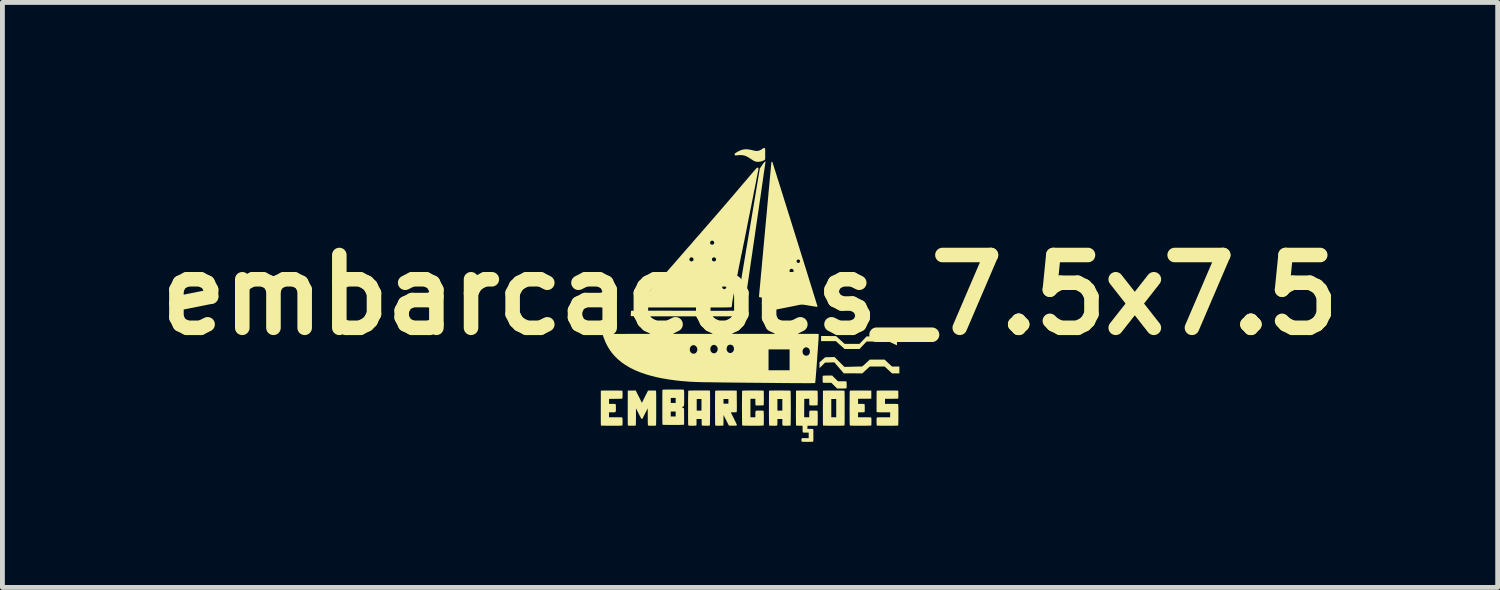
<source format=kicad_pcb>
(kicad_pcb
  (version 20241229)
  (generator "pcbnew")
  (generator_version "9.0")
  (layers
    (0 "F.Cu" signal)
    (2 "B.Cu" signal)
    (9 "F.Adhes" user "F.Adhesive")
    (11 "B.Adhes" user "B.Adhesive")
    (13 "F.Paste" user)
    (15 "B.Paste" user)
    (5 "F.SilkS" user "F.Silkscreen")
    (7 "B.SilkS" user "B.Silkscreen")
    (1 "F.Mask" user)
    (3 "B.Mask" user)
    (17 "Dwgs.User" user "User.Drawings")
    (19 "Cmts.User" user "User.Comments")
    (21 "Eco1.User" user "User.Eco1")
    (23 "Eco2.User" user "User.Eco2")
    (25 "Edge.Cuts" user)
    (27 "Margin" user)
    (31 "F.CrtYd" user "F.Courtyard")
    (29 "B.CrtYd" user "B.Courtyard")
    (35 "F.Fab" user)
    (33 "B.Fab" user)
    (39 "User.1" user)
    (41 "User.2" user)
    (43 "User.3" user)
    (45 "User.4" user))
  (footprint "embarcacoes_7.5x7.5"
    (layer "F.Cu")
    (at 12.407 3.027)
    (property "Reference" "embarcacoes_7.5x7.5" (at 0 0 0) (layer "F.SilkS") (effects (font (size 1.5 1.5) (thickness 0.3))))
    (attr board_only exclude_from_pos_files exclude_from_bom)
    (fp_poly (pts (xy 1.617 0.848) (xy 1.77 0.848) (xy 1.859 0.928) (xy 1.948 1.009) (xy 2.102 1.009) (xy 2.256 1.009) (xy 2.329 0.932) (xy 2.401 0.855) (xy 2.633 0.856) (xy 2.864 0.856) (xy 2.945 0.897) (xy 3.027 0.939) (xy 3.028 0.988) (xy 3.028 1.007) (xy 3.028 1.023) (xy 3.027 1.034) (xy 3.026 1.038) (xy 3.026 1.038) (xy 3.022 1.036) (xy 3.012 1.032) (xy 2.996 1.024) (xy 2.976 1.015) (xy 2.954 1.005) (xy 2.942 0.999) (xy 2.861 0.961) (xy 2.631 0.961) (xy 2.401 0.961) (xy 2.329 1.038) (xy 2.256 1.115) (xy 2.102 1.115) (xy 1.948 1.115) (xy 1.932 1.1) (xy 1.924 1.093) (xy 1.911 1.081) (xy 1.895 1.066) (xy 1.875 1.049) (xy 1.854 1.03) (xy 1.841 1.019) (xy 1.768 0.953) (xy 1.616 0.953) (xy 1.464 0.953) (xy 1.464 0.9) (xy 1.464 0.847)) (stroke (width 0) (type solid)) (fill yes) (layer "F.SilkS"))
    (fp_poly (pts (xy 1.842 1.382) (xy 1.944 1.484) (xy 2.11 1.48) (xy 2.147 1.479) (xy 2.182 1.478) (xy 2.214 1.477) (xy 2.242 1.477) (xy 2.265 1.476) (xy 2.282 1.476) (xy 2.293 1.476) (xy 2.295 1.476) (xy 2.301 1.476) (xy 2.306 1.475) (xy 2.312 1.473) (xy 2.318 1.469) (xy 2.327 1.462) (xy 2.338 1.452) (xy 2.354 1.439) (xy 2.373 1.421) (xy 2.39 1.405) (xy 2.467 1.334) (xy 2.62 1.334) (xy 2.773 1.334) (xy 2.849 1.405) (xy 2.925 1.476) (xy 3.001 1.476) (xy 3.077 1.476) (xy 3.077 1.547) (xy 3.077 1.618) (xy 3.002 1.618) (xy 2.926 1.618) (xy 2.85 1.547) (xy 2.774 1.476) (xy 2.62 1.476) (xy 2.467 1.476) (xy 2.39 1.547) (xy 2.313 1.618) (xy 2.122 1.617) (xy 1.932 1.617) (xy 1.835 1.504) (xy 1.737 1.39) (xy 1.641 1.393) (xy 1.545 1.396) (xy 1.488 1.453) (xy 1.431 1.51) (xy 1.431 1.449) (xy 1.432 1.389) (xy 1.49 1.337) (xy 1.548 1.286) (xy 1.644 1.283) (xy 1.74 1.28)) (stroke (width 0) (type solid)) (fill yes) (layer "F.SilkS"))
    (fp_poly (pts (xy 1.751 1.721) (xy 1.811 1.78) (xy 1.896 1.78) (xy 1.928 1.78) (xy 1.952 1.781) (xy 1.969 1.781) (xy 1.98 1.783) (xy 1.986 1.784) (xy 1.986 1.785) (xy 1.988 1.79) (xy 1.989 1.802) (xy 1.99 1.821) (xy 1.991 1.848) (xy 1.991 1.855) (xy 1.991 1.88) (xy 1.99 1.898) (xy 1.99 1.91) (xy 1.989 1.918) (xy 1.987 1.922) (xy 1.984 1.925) (xy 1.983 1.926) (xy 1.976 1.927) (xy 1.962 1.928) (xy 1.942 1.929) (xy 1.916 1.93) (xy 1.886 1.93) (xy 1.885 1.93) (xy 1.795 1.93) (xy 1.735 1.871) (xy 1.676 1.812) (xy 1.591 1.812) (xy 1.559 1.812) (xy 1.535 1.812) (xy 1.517 1.811) (xy 1.506 1.809) (xy 1.501 1.808) (xy 1.501 1.807) (xy 1.499 1.802) (xy 1.497 1.79) (xy 1.496 1.771) (xy 1.496 1.744) (xy 1.496 1.737) (xy 1.496 1.712) (xy 1.496 1.694) (xy 1.497 1.682) (xy 1.498 1.674) (xy 1.5 1.67) (xy 1.503 1.667) (xy 1.504 1.666) (xy 1.511 1.665) (xy 1.525 1.664) (xy 1.545 1.663) (xy 1.571 1.662) (xy 1.601 1.662) (xy 1.602 1.662) (xy 1.692 1.662)) (stroke (width 0) (type solid)) (fill yes) (layer "F.SilkS"))
    (fp_poly (pts (xy 0.302 -3.023) (xy 0.304 -3.02) (xy 0.306 -3.018) (xy 0.308 -3.014) (xy 0.31 -3.009) (xy 0.311 -3.001) (xy 0.311 -2.989) (xy 0.312 -2.972) (xy 0.312 -2.95) (xy 0.312 -2.922) (xy 0.312 -2.901) (xy 0.312 -2.868) (xy 0.312 -2.841) (xy 0.312 -2.82) (xy 0.311 -2.805) (xy 0.309 -2.794) (xy 0.305 -2.786) (xy 0.3 -2.78) (xy 0.294 -2.776) (xy 0.285 -2.772) (xy 0.274 -2.767) (xy 0.274 -2.767) (xy 0.233 -2.752) (xy 0.194 -2.744) (xy 0.156 -2.742) (xy 0.122 -2.746) (xy 0.119 -2.747) (xy 0.105 -2.751) (xy 0.092 -2.756) (xy 0.078 -2.763) (xy 0.062 -2.772) (xy 0.042 -2.785) (xy 0.017 -2.801) (xy 0.01 -2.806) (xy -0.03 -2.831) (xy -0.066 -2.851) (xy -0.1 -2.866) (xy -0.133 -2.875) (xy -0.168 -2.88) (xy -0.205 -2.881) (xy -0.246 -2.879) (xy -0.252 -2.878) (xy -0.305 -2.873) (xy -0.313 -2.882) (xy -0.318 -2.891) (xy -0.32 -2.898) (xy -0.317 -2.906) (xy -0.307 -2.916) (xy -0.292 -2.928) (xy -0.272 -2.941) (xy -0.25 -2.954) (xy -0.226 -2.966) (xy -0.204 -2.976) (xy -0.166 -2.989) (xy -0.129 -2.998) (xy -0.092 -3.001) (xy -0.053 -3) (xy -0.01 -2.994) (xy 0.034 -2.985) (xy 0.058 -2.979) (xy 0.081 -2.974) (xy 0.1 -2.97) (xy 0.115 -2.967) (xy 0.12 -2.966) (xy 0.152 -2.966) (xy 0.186 -2.973) (xy 0.22 -2.988) (xy 0.254 -3.01) (xy 0.271 -3.021) (xy 0.283 -3.027) (xy 0.293 -3.027)) (stroke (width 0) (type solid)) (fill yes) (layer "F.SilkS"))
    (fp_poly (pts (xy 1.87 1.971) (xy 1.892 1.971) (xy 1.909 1.972) (xy 1.922 1.972) (xy 1.931 1.973) (xy 1.938 1.974) (xy 1.942 1.975) (xy 1.944 1.976) (xy 1.945 1.977) (xy 1.946 1.98) (xy 1.947 1.986) (xy 1.947 1.997) (xy 1.948 2.011) (xy 1.949 2.03) (xy 1.949 2.055) (xy 1.949 2.084) (xy 1.95 2.12) (xy 1.95 2.163) (xy 1.95 2.212) (xy 1.95 2.268) (xy 1.95 2.332) (xy 1.95 2.334) (xy 1.95 2.396) (xy 1.95 2.45) (xy 1.95 2.497) (xy 1.95 2.537) (xy 1.95 2.572) (xy 1.949 2.6) (xy 1.949 2.624) (xy 1.949 2.643) (xy 1.948 2.658) (xy 1.948 2.67) (xy 1.947 2.678) (xy 1.946 2.684) (xy 1.945 2.687) (xy 1.944 2.689) (xy 1.944 2.69) (xy 1.942 2.691) (xy 1.938 2.692) (xy 1.932 2.693) (xy 1.923 2.694) (xy 1.91 2.695) (xy 1.893 2.695) (xy 1.872 2.696) (xy 1.845 2.696) (xy 1.811 2.696) (xy 1.771 2.696) (xy 1.723 2.696) (xy 1.723 2.696) (xy 1.675 2.696) (xy 1.634 2.696) (xy 1.6 2.696) (xy 1.572 2.695) (xy 1.55 2.695) (xy 1.533 2.694) (xy 1.521 2.694) (xy 1.512 2.693) (xy 1.507 2.692) (xy 1.505 2.691) (xy 1.505 2.691) (xy 1.504 2.687) (xy 1.503 2.679) (xy 1.502 2.665) (xy 1.502 2.645) (xy 1.501 2.62) (xy 1.501 2.588) (xy 1.501 2.55) (xy 1.501 2.505) (xy 1.501 2.452) (xy 1.501 2.393) (xy 1.501 2.329) (xy 1.502 2.145) (xy 1.674 2.145) (xy 1.674 2.333) (xy 1.674 2.522) (xy 1.725 2.522) (xy 1.776 2.522) (xy 1.776 2.333) (xy 1.776 2.145) (xy 1.725 2.145) (xy 1.674 2.145) (xy 1.502 2.145) (xy 1.502 1.972) (xy 1.721 1.971) (xy 1.769 1.971) (xy 1.809 1.971) (xy 1.843 1.971)) (stroke (width 0) (type solid)) (fill yes) (layer "F.SilkS"))
    (fp_poly (pts (xy -0.515 1.971) (xy -0.492 1.971) (xy -0.274 1.972) (xy -0.273 2.191) (xy -0.272 2.239) (xy -0.272 2.28) (xy -0.272 2.313) (xy -0.272 2.341) (xy -0.272 2.363) (xy -0.273 2.38) (xy -0.273 2.392) (xy -0.274 2.402) (xy -0.275 2.408) (xy -0.276 2.412) (xy -0.277 2.414) (xy -0.278 2.415) (xy -0.286 2.418) (xy -0.3 2.419) (xy -0.321 2.42) (xy -0.341 2.42) (xy -0.397 2.42) (xy -0.334 2.546) (xy -0.32 2.576) (xy -0.306 2.603) (xy -0.294 2.628) (xy -0.285 2.649) (xy -0.277 2.665) (xy -0.273 2.676) (xy -0.272 2.679) (xy -0.272 2.685) (xy -0.275 2.689) (xy -0.28 2.692) (xy -0.29 2.694) (xy -0.304 2.695) (xy -0.324 2.695) (xy -0.351 2.695) (xy -0.359 2.695) (xy -0.436 2.694) (xy -0.491 2.585) (xy -0.547 2.475) (xy -0.547 2.581) (xy -0.547 2.616) (xy -0.548 2.644) (xy -0.548 2.665) (xy -0.549 2.679) (xy -0.551 2.688) (xy -0.552 2.691) (xy -0.557 2.693) (xy -0.568 2.695) (xy -0.585 2.695) (xy -0.61 2.696) (xy -0.635 2.696) (xy -0.662 2.696) (xy -0.682 2.696) (xy -0.697 2.695) (xy -0.706 2.694) (xy -0.712 2.693) (xy -0.715 2.691) (xy -0.717 2.688) (xy -0.717 2.688) (xy -0.718 2.683) (xy -0.719 2.669) (xy -0.72 2.647) (xy -0.72 2.617) (xy -0.721 2.579) (xy -0.721 2.533) (xy -0.721 2.478) (xy -0.722 2.416) (xy -0.722 2.346) (xy -0.722 2.33) (xy -0.722 2.267) (xy -0.722 2.212) (xy -0.721 2.164) (xy -0.721 2.145) (xy -0.547 2.145) (xy -0.547 2.193) (xy -0.547 2.242) (xy -0.497 2.242) (xy -0.446 2.242) (xy -0.446 2.193) (xy -0.446 2.145) (xy -0.497 2.145) (xy -0.547 2.145) (xy -0.721 2.145) (xy -0.721 2.123) (xy -0.721 2.087) (xy -0.721 2.058) (xy -0.72 2.034) (xy -0.72 2.015) (xy -0.719 2) (xy -0.719 1.989) (xy -0.718 1.982) (xy -0.717 1.977) (xy -0.716 1.975) (xy -0.716 1.975) (xy -0.712 1.974) (xy -0.703 1.973) (xy -0.688 1.972) (xy -0.667 1.972) (xy -0.64 1.971) (xy -0.606 1.971) (xy -0.564 1.971)) (stroke (width 0) (type solid)) (fill yes) (layer "F.SilkS"))
    (fp_poly (pts (xy -2.292 2.097) (xy -2.229 2.224) (xy -2.166 2.098) (xy -2.102 1.972) (xy -2.024 1.971) (xy -1.992 1.971) (xy -1.968 1.971) (xy -1.952 1.972) (xy -1.942 1.974) (xy -1.939 1.975) (xy -1.938 1.977) (xy -1.938 1.981) (xy -1.937 1.988) (xy -1.936 1.998) (xy -1.936 2.013) (xy -1.935 2.031) (xy -1.935 2.054) (xy -1.934 2.082) (xy -1.934 2.116) (xy -1.934 2.157) (xy -1.934 2.203) (xy -1.934 2.257) (xy -1.934 2.318) (xy -1.934 2.33) (xy -1.934 2.402) (xy -1.934 2.466) (xy -1.934 2.522) (xy -1.935 2.57) (xy -1.935 2.61) (xy -1.936 2.641) (xy -1.936 2.665) (xy -1.937 2.68) (xy -1.938 2.688) (xy -1.938 2.688) (xy -1.94 2.691) (xy -1.943 2.693) (xy -1.949 2.694) (xy -1.958 2.695) (xy -1.972 2.696) (xy -1.991 2.696) (xy -2.018 2.696) (xy -2.021 2.696) (xy -2.048 2.696) (xy -2.068 2.696) (xy -2.083 2.695) (xy -2.092 2.694) (xy -2.098 2.693) (xy -2.102 2.691) (xy -2.104 2.689) (xy -2.104 2.688) (xy -2.105 2.682) (xy -2.106 2.668) (xy -2.107 2.646) (xy -2.108 2.617) (xy -2.108 2.581) (xy -2.108 2.539) (xy -2.108 2.509) (xy -2.109 2.337) (xy -2.163 2.445) (xy -2.177 2.473) (xy -2.19 2.498) (xy -2.201 2.519) (xy -2.21 2.537) (xy -2.217 2.549) (xy -2.221 2.556) (xy -2.222 2.556) (xy -2.226 2.558) (xy -2.23 2.558) (xy -2.235 2.554) (xy -2.241 2.547) (xy -2.249 2.536) (xy -2.258 2.52) (xy -2.27 2.498) (xy -2.284 2.471) (xy -2.297 2.445) (xy -2.351 2.337) (xy -2.351 2.512) (xy -2.351 2.557) (xy -2.352 2.595) (xy -2.352 2.626) (xy -2.353 2.65) (xy -2.353 2.668) (xy -2.354 2.681) (xy -2.355 2.688) (xy -2.356 2.691) (xy -2.362 2.693) (xy -2.375 2.695) (xy -2.392 2.696) (xy -2.412 2.696) (xy -2.435 2.696) (xy -2.457 2.696) (xy -2.478 2.696) (xy -2.496 2.694) (xy -2.509 2.693) (xy -2.517 2.691) (xy -2.517 2.691) (xy -2.518 2.687) (xy -2.519 2.679) (xy -2.519 2.665) (xy -2.52 2.645) (xy -2.52 2.62) (xy -2.521 2.588) (xy -2.521 2.55) (xy -2.521 2.505) (xy -2.521 2.452) (xy -2.521 2.393) (xy -2.521 2.329) (xy -2.52 1.972) (xy -2.438 1.971) (xy -2.356 1.97)) (stroke (width 0) (type solid)) (fill yes) (layer "F.SilkS"))
    (fp_poly (pts (xy -0.827 1.981) (xy -0.826 1.987) (xy -0.825 2.001) (xy -0.825 2.023) (xy -0.824 2.052) (xy -0.824 2.089) (xy -0.824 2.133) (xy -0.824 2.183) (xy -0.824 2.241) (xy -0.824 2.305) (xy -0.824 2.34) (xy -0.824 2.402) (xy -0.824 2.456) (xy -0.825 2.503) (xy -0.825 2.544) (xy -0.825 2.578) (xy -0.826 2.607) (xy -0.826 2.63) (xy -0.826 2.649) (xy -0.827 2.664) (xy -0.828 2.675) (xy -0.828 2.683) (xy -0.829 2.688) (xy -0.83 2.691) (xy -0.831 2.692) (xy -0.838 2.694) (xy -0.85 2.695) (xy -0.868 2.696) (xy -0.889 2.696) (xy -0.911 2.696) (xy -0.933 2.696) (xy -0.954 2.695) (xy -0.972 2.694) (xy -0.985 2.693) (xy -0.992 2.692) (xy -0.992 2.691) (xy -0.995 2.686) (xy -0.996 2.673) (xy -0.997 2.654) (xy -0.997 2.627) (xy -0.997 2.622) (xy -0.997 2.558) (xy -1.05 2.558) (xy -1.103 2.558) (xy -1.103 2.622) (xy -1.103 2.65) (xy -1.104 2.671) (xy -1.105 2.684) (xy -1.107 2.691) (xy -1.108 2.691) (xy -1.113 2.693) (xy -1.124 2.695) (xy -1.141 2.695) (xy -1.166 2.696) (xy -1.188 2.696) (xy -1.216 2.696) (xy -1.236 2.696) (xy -1.251 2.695) (xy -1.261 2.694) (xy -1.267 2.692) (xy -1.27 2.69) (xy -1.271 2.69) (xy -1.272 2.688) (xy -1.273 2.685) (xy -1.274 2.68) (xy -1.274 2.672) (xy -1.275 2.661) (xy -1.276 2.647) (xy -1.276 2.629) (xy -1.276 2.607) (xy -1.277 2.579) (xy -1.277 2.546) (xy -1.277 2.507) (xy -1.277 2.462) (xy -1.277 2.41) (xy -1.277 2.35) (xy -1.277 2.335) (xy -1.277 2.263) (xy -1.277 2.199) (xy -1.277 2.145) (xy -1.099 2.145) (xy -1.099 2.264) (xy -1.099 2.384) (xy -1.05 2.384) (xy -1.001 2.384) (xy -1.001 2.264) (xy -1.001 2.145) (xy -1.05 2.145) (xy -1.099 2.145) (xy -1.277 2.145) (xy -1.277 2.143) (xy -1.276 2.096) (xy -1.276 2.056) (xy -1.275 2.025) (xy -1.275 2.001) (xy -1.274 1.986) (xy -1.273 1.979) (xy -1.273 1.978) (xy -1.272 1.977) (xy -1.27 1.975) (xy -1.267 1.974) (xy -1.261 1.973) (xy -1.253 1.972) (xy -1.242 1.972) (xy -1.226 1.971) (xy -1.206 1.971) (xy -1.181 1.971) (xy -1.15 1.97) (xy -1.112 1.97) (xy -1.066 1.97) (xy -1.05 1.97) (xy -0.831 1.97)) (stroke (width 0) (type solid)) (fill yes) (layer "F.SilkS"))
    (fp_poly (pts (xy -2.723 1.971) (xy -2.693 1.972) (xy -2.669 1.972) (xy -2.651 1.973) (xy -2.64 1.973) (xy -2.634 1.974) (xy -2.633 1.975) (xy -2.631 1.981) (xy -2.629 1.993) (xy -2.628 2.01) (xy -2.627 2.031) (xy -2.627 2.053) (xy -2.627 2.075) (xy -2.627 2.096) (xy -2.629 2.114) (xy -2.63 2.128) (xy -2.632 2.135) (xy -2.633 2.136) (xy -2.638 2.138) (xy -2.651 2.139) (xy -2.672 2.14) (xy -2.701 2.141) (xy -2.737 2.141) (xy -2.771 2.142) (xy -2.905 2.143) (xy -2.906 2.194) (xy -2.907 2.246) (xy -2.842 2.246) (xy -2.817 2.246) (xy -2.799 2.247) (xy -2.786 2.248) (xy -2.778 2.249) (xy -2.773 2.251) (xy -2.771 2.252) (xy -2.769 2.256) (xy -2.767 2.262) (xy -2.766 2.272) (xy -2.765 2.286) (xy -2.765 2.306) (xy -2.765 2.331) (xy -2.765 2.361) (xy -2.765 2.382) (xy -2.767 2.398) (xy -2.771 2.409) (xy -2.778 2.416) (xy -2.789 2.419) (xy -2.805 2.42) (xy -2.827 2.42) (xy -2.844 2.42) (xy -2.907 2.42) (xy -2.907 2.471) (xy -2.907 2.522) (xy -2.774 2.522) (xy -2.737 2.522) (xy -2.708 2.522) (xy -2.685 2.522) (xy -2.668 2.523) (xy -2.655 2.523) (xy -2.646 2.524) (xy -2.64 2.525) (xy -2.637 2.527) (xy -2.634 2.529) (xy -2.634 2.529) (xy -2.631 2.533) (xy -2.63 2.539) (xy -2.628 2.548) (xy -2.628 2.562) (xy -2.627 2.581) (xy -2.627 2.607) (xy -2.627 2.608) (xy -2.627 2.634) (xy -2.628 2.656) (xy -2.629 2.674) (xy -2.63 2.685) (xy -2.631 2.688) (xy -2.633 2.69) (xy -2.634 2.691) (xy -2.638 2.693) (xy -2.643 2.694) (xy -2.651 2.694) (xy -2.663 2.695) (xy -2.678 2.695) (xy -2.698 2.696) (xy -2.724 2.696) (xy -2.755 2.696) (xy -2.794 2.696) (xy -2.839 2.696) (xy -2.852 2.696) (xy -2.901 2.696) (xy -2.942 2.696) (xy -2.976 2.696) (xy -3.004 2.695) (xy -3.026 2.695) (xy -3.044 2.695) (xy -3.056 2.694) (xy -3.065 2.693) (xy -3.07 2.692) (xy -3.073 2.691) (xy -3.073 2.691) (xy -3.074 2.687) (xy -3.074 2.679) (xy -3.075 2.665) (xy -3.075 2.645) (xy -3.076 2.62) (xy -3.076 2.588) (xy -3.076 2.55) (xy -3.076 2.505) (xy -3.076 2.452) (xy -3.076 2.393) (xy -3.076 2.329) (xy -3.075 1.972) (xy -2.857 1.971) (xy -2.804 1.971) (xy -2.76 1.971)) (stroke (width 0) (type solid)) (fill yes) (layer "F.SilkS"))
    (fp_poly (pts (xy 2.203 1.971) (xy 2.246 1.971) (xy 2.281 1.971) (xy 2.499 1.972) (xy 2.499 2.056) (xy 2.499 2.139) (xy 2.363 2.14) (xy 2.226 2.141) (xy 2.226 2.193) (xy 2.226 2.246) (xy 2.29 2.246) (xy 2.318 2.246) (xy 2.338 2.247) (xy 2.352 2.249) (xy 2.358 2.251) (xy 2.359 2.251) (xy 2.361 2.256) (xy 2.362 2.267) (xy 2.363 2.284) (xy 2.364 2.309) (xy 2.364 2.334) (xy 2.364 2.361) (xy 2.363 2.381) (xy 2.363 2.395) (xy 2.362 2.405) (xy 2.361 2.411) (xy 2.359 2.414) (xy 2.356 2.416) (xy 2.356 2.416) (xy 2.349 2.418) (xy 2.336 2.419) (xy 2.317 2.42) (xy 2.295 2.42) (xy 2.287 2.42) (xy 2.226 2.42) (xy 2.226 2.471) (xy 2.226 2.522) (xy 2.356 2.522) (xy 2.395 2.522) (xy 2.428 2.522) (xy 2.455 2.523) (xy 2.476 2.524) (xy 2.489 2.525) (xy 2.494 2.526) (xy 2.496 2.528) (xy 2.498 2.531) (xy 2.5 2.537) (xy 2.501 2.546) (xy 2.501 2.56) (xy 2.501 2.579) (xy 2.501 2.606) (xy 2.501 2.608) (xy 2.501 2.639) (xy 2.501 2.662) (xy 2.5 2.678) (xy 2.498 2.688) (xy 2.497 2.691) (xy 2.493 2.692) (xy 2.486 2.693) (xy 2.474 2.694) (xy 2.456 2.695) (xy 2.433 2.695) (xy 2.403 2.696) (xy 2.367 2.696) (xy 2.323 2.696) (xy 2.278 2.696) (xy 2.23 2.696) (xy 2.19 2.696) (xy 2.157 2.696) (xy 2.13 2.696) (xy 2.108 2.695) (xy 2.091 2.695) (xy 2.079 2.694) (xy 2.07 2.693) (xy 2.064 2.692) (xy 2.06 2.691) (xy 2.058 2.69) (xy 2.057 2.688) (xy 2.056 2.685) (xy 2.055 2.68) (xy 2.054 2.672) (xy 2.054 2.661) (xy 2.053 2.647) (xy 2.053 2.629) (xy 2.052 2.607) (xy 2.052 2.579) (xy 2.052 2.547) (xy 2.052 2.508) (xy 2.052 2.462) (xy 2.051 2.41) (xy 2.051 2.35) (xy 2.051 2.334) (xy 2.051 2.27) (xy 2.052 2.213) (xy 2.052 2.164) (xy 2.052 2.121) (xy 2.052 2.085) (xy 2.053 2.055) (xy 2.053 2.031) (xy 2.053 2.012) (xy 2.054 1.997) (xy 2.055 1.987) (xy 2.056 1.98) (xy 2.057 1.977) (xy 2.057 1.977) (xy 2.058 1.976) (xy 2.061 1.974) (xy 2.065 1.973) (xy 2.073 1.973) (xy 2.083 1.972) (xy 2.097 1.971) (xy 2.115 1.971) (xy 2.139 1.971) (xy 2.168 1.971)) (stroke (width 0) (type solid)) (fill yes) (layer "F.SilkS"))
    (fp_poly (pts (xy 0.663 1.97) (xy 0.706 1.971) (xy 0.742 1.971) (xy 0.771 1.971) (xy 0.794 1.972) (xy 0.812 1.972) (xy 0.824 1.973) (xy 0.831 1.974) (xy 0.834 1.975) (xy 0.835 1.98) (xy 0.836 1.992) (xy 0.837 2.011) (xy 0.837 2.036) (xy 0.838 2.066) (xy 0.838 2.101) (xy 0.839 2.14) (xy 0.839 2.181) (xy 0.839 2.225) (xy 0.84 2.271) (xy 0.84 2.317) (xy 0.84 2.364) (xy 0.84 2.411) (xy 0.839 2.456) (xy 0.839 2.499) (xy 0.839 2.54) (xy 0.838 2.577) (xy 0.838 2.61) (xy 0.837 2.639) (xy 0.837 2.662) (xy 0.836 2.679) (xy 0.835 2.689) (xy 0.834 2.691) (xy 0.829 2.693) (xy 0.818 2.695) (xy 0.801 2.695) (xy 0.776 2.696) (xy 0.754 2.696) (xy 0.726 2.696) (xy 0.706 2.696) (xy 0.691 2.695) (xy 0.681 2.694) (xy 0.675 2.692) (xy 0.672 2.69) (xy 0.671 2.69) (xy 0.669 2.686) (xy 0.667 2.679) (xy 0.666 2.669) (xy 0.665 2.653) (xy 0.665 2.631) (xy 0.665 2.621) (xy 0.665 2.558) (xy 0.614 2.558) (xy 0.564 2.558) (xy 0.564 2.621) (xy 0.563 2.646) (xy 0.563 2.664) (xy 0.562 2.676) (xy 0.56 2.684) (xy 0.558 2.688) (xy 0.557 2.69) (xy 0.554 2.692) (xy 0.548 2.694) (xy 0.538 2.695) (xy 0.524 2.696) (xy 0.505 2.696) (xy 0.478 2.696) (xy 0.475 2.696) (xy 0.445 2.696) (xy 0.422 2.695) (xy 0.406 2.694) (xy 0.397 2.693) (xy 0.394 2.691) (xy 0.393 2.688) (xy 0.392 2.682) (xy 0.392 2.67) (xy 0.391 2.655) (xy 0.391 2.634) (xy 0.39 2.607) (xy 0.39 2.575) (xy 0.39 2.536) (xy 0.389 2.49) (xy 0.389 2.438) (xy 0.389 2.378) (xy 0.389 2.335) (xy 0.389 2.282) (xy 0.389 2.231) (xy 0.389 2.184) (xy 0.39 2.145) (xy 0.564 2.145) (xy 0.564 2.264) (xy 0.564 2.384) (xy 0.614 2.384) (xy 0.665 2.384) (xy 0.665 2.264) (xy 0.665 2.145) (xy 0.614 2.145) (xy 0.564 2.145) (xy 0.39 2.145) (xy 0.39 2.14) (xy 0.39 2.099) (xy 0.39 2.064) (xy 0.39 2.034) (xy 0.391 2.009) (xy 0.391 1.991) (xy 0.391 1.98) (xy 0.392 1.977) (xy 0.393 1.975) (xy 0.396 1.974) (xy 0.401 1.973) (xy 0.409 1.972) (xy 0.42 1.972) (xy 0.436 1.971) (xy 0.456 1.971) (xy 0.482 1.971) (xy 0.514 1.97) (xy 0.552 1.97) (xy 0.598 1.97) (xy 0.612 1.97)) (stroke (width 0) (type solid)) (fill yes) (layer "F.SilkS"))
    (fp_poly (pts (xy 2.813 1.971) (xy 2.836 1.971) (xy 3.055 1.972) (xy 3.056 2.051) (xy 3.056 2.082) (xy 3.056 2.106) (xy 3.055 2.123) (xy 3.054 2.132) (xy 3.052 2.135) (xy 3.05 2.137) (xy 3.044 2.138) (xy 3.035 2.139) (xy 3.021 2.14) (xy 3.002 2.14) (xy 2.977 2.14) (xy 2.946 2.141) (xy 2.915 2.141) (xy 2.781 2.141) (xy 2.781 2.193) (xy 2.781 2.246) (xy 2.914 2.246) (xy 2.954 2.246) (xy 2.986 2.246) (xy 3.011 2.247) (xy 3.029 2.248) (xy 3.042 2.249) (xy 3.05 2.25) (xy 3.052 2.251) (xy 3.053 2.256) (xy 3.054 2.268) (xy 3.055 2.287) (xy 3.056 2.311) (xy 3.056 2.339) (xy 3.057 2.371) (xy 3.057 2.405) (xy 3.057 2.441) (xy 3.057 2.478) (xy 3.057 2.515) (xy 3.057 2.55) (xy 3.057 2.584) (xy 3.056 2.614) (xy 3.055 2.641) (xy 3.055 2.663) (xy 3.054 2.679) (xy 3.053 2.689) (xy 3.052 2.691) (xy 3.049 2.692) (xy 3.041 2.693) (xy 3.029 2.694) (xy 3.011 2.695) (xy 2.988 2.695) (xy 2.959 2.696) (xy 2.922 2.696) (xy 2.879 2.696) (xy 2.831 2.696) (xy 2.784 2.696) (xy 2.744 2.696) (xy 2.711 2.696) (xy 2.684 2.696) (xy 2.663 2.695) (xy 2.646 2.695) (xy 2.633 2.695) (xy 2.625 2.694) (xy 2.619 2.693) (xy 2.615 2.692) (xy 2.613 2.69) (xy 2.611 2.689) (xy 2.611 2.688) (xy 2.61 2.681) (xy 2.608 2.668) (xy 2.608 2.648) (xy 2.607 2.625) (xy 2.607 2.608) (xy 2.607 2.582) (xy 2.607 2.562) (xy 2.608 2.549) (xy 2.609 2.539) (xy 2.611 2.534) (xy 2.613 2.53) (xy 2.614 2.528) (xy 2.617 2.527) (xy 2.621 2.525) (xy 2.628 2.524) (xy 2.638 2.523) (xy 2.652 2.523) (xy 2.672 2.522) (xy 2.697 2.522) (xy 2.728 2.522) (xy 2.754 2.522) (xy 2.887 2.522) (xy 2.887 2.471) (xy 2.887 2.42) (xy 2.756 2.42) (xy 2.719 2.42) (xy 2.689 2.42) (xy 2.666 2.42) (xy 2.649 2.419) (xy 2.636 2.419) (xy 2.627 2.418) (xy 2.62 2.416) (xy 2.617 2.415) (xy 2.616 2.414) (xy 2.607 2.408) (xy 2.607 2.194) (xy 2.607 2.145) (xy 2.607 2.104) (xy 2.607 2.07) (xy 2.608 2.042) (xy 2.608 2.02) (xy 2.608 2.003) (xy 2.609 1.991) (xy 2.61 1.983) (xy 2.611 1.977) (xy 2.612 1.975) (xy 2.612 1.975) (xy 2.616 1.974) (xy 2.626 1.973) (xy 2.64 1.972) (xy 2.661 1.972) (xy 2.689 1.971) (xy 2.723 1.971) (xy 2.764 1.971)) (stroke (width 0) (type solid)) (fill yes) (layer "F.SilkS"))
    (fp_poly (pts (xy 0.109 1.97) (xy 0.15 1.97) (xy 0.183 1.971) (xy 0.21 1.971) (xy 0.232 1.971) (xy 0.249 1.972) (xy 0.262 1.972) (xy 0.27 1.973) (xy 0.276 1.974) (xy 0.28 1.975) (xy 0.281 1.976) (xy 0.281 1.977) (xy 0.282 1.982) (xy 0.283 1.995) (xy 0.283 2.013) (xy 0.283 2.037) (xy 0.284 2.063) (xy 0.284 2.092) (xy 0.284 2.122) (xy 0.284 2.153) (xy 0.284 2.182) (xy 0.283 2.209) (xy 0.283 2.232) (xy 0.283 2.252) (xy 0.282 2.265) (xy 0.281 2.272) (xy 0.281 2.272) (xy 0.28 2.274) (xy 0.276 2.276) (xy 0.268 2.277) (xy 0.256 2.278) (xy 0.239 2.278) (xy 0.216 2.278) (xy 0.198 2.279) (xy 0.117 2.279) (xy 0.113 2.268) (xy 0.112 2.26) (xy 0.111 2.246) (xy 0.11 2.228) (xy 0.109 2.206) (xy 0.109 2.199) (xy 0.109 2.141) (xy 0.059 2.141) (xy 0.008 2.141) (xy 0.008 2.331) (xy 0.008 2.522) (xy 0.059 2.522) (xy 0.109 2.522) (xy 0.109 2.462) (xy 0.109 2.436) (xy 0.11 2.417) (xy 0.112 2.403) (xy 0.116 2.394) (xy 0.124 2.388) (xy 0.136 2.385) (xy 0.153 2.384) (xy 0.178 2.384) (xy 0.198 2.384) (xy 0.228 2.384) (xy 0.251 2.385) (xy 0.267 2.386) (xy 0.276 2.387) (xy 0.279 2.389) (xy 0.28 2.394) (xy 0.281 2.406) (xy 0.282 2.425) (xy 0.283 2.447) (xy 0.284 2.474) (xy 0.284 2.503) (xy 0.284 2.533) (xy 0.284 2.564) (xy 0.284 2.594) (xy 0.283 2.621) (xy 0.283 2.646) (xy 0.282 2.666) (xy 0.281 2.681) (xy 0.28 2.69) (xy 0.279 2.691) (xy 0.274 2.692) (xy 0.262 2.693) (xy 0.243 2.694) (xy 0.219 2.695) (xy 0.191 2.696) (xy 0.159 2.696) (xy 0.125 2.696) (xy 0.088 2.696) (xy 0.052 2.696) (xy 0.015 2.696) (xy -0.021 2.696) (xy -0.054 2.696) (xy -0.085 2.695) (xy -0.111 2.695) (xy -0.133 2.694) (xy -0.15 2.693) (xy -0.159 2.692) (xy -0.161 2.691) (xy -0.162 2.686) (xy -0.163 2.674) (xy -0.164 2.655) (xy -0.164 2.63) (xy -0.165 2.6) (xy -0.165 2.565) (xy -0.166 2.527) (xy -0.166 2.485) (xy -0.166 2.441) (xy -0.167 2.396) (xy -0.167 2.349) (xy -0.167 2.302) (xy -0.167 2.256) (xy -0.166 2.211) (xy -0.166 2.167) (xy -0.166 2.127) (xy -0.165 2.089) (xy -0.165 2.056) (xy -0.164 2.028) (xy -0.164 2.004) (xy -0.163 1.988) (xy -0.162 1.978) (xy -0.161 1.975) (xy -0.158 1.974) (xy -0.151 1.973) (xy -0.138 1.972) (xy -0.121 1.972) (xy -0.098 1.971) (xy -0.068 1.971) (xy -0.032 1.971) (xy 0.011 1.97) (xy 0.061 1.97)) (stroke (width 0) (type solid)) (fill yes) (layer "F.SilkS"))
    (fp_poly (pts (xy -1.534 1.95) (xy -1.495 1.95) (xy -1.462 1.95) (xy -1.435 1.951) (xy -1.413 1.951) (xy -1.397 1.951) (xy -1.385 1.952) (xy -1.376 1.953) (xy -1.37 1.954) (xy -1.366 1.955) (xy -1.365 1.956) (xy -1.363 1.959) (xy -1.362 1.963) (xy -1.361 1.97) (xy -1.36 1.98) (xy -1.359 1.994) (xy -1.359 2.013) (xy -1.358 2.037) (xy -1.358 2.068) (xy -1.358 2.105) (xy -1.358 2.124) (xy -1.358 2.166) (xy -1.358 2.2) (xy -1.358 2.227) (xy -1.359 2.248) (xy -1.36 2.265) (xy -1.361 2.277) (xy -1.363 2.286) (xy -1.366 2.292) (xy -1.37 2.296) (xy -1.374 2.299) (xy -1.38 2.302) (xy -1.386 2.305) (xy -1.396 2.31) (xy -1.402 2.314) (xy -1.403 2.315) (xy -1.399 2.318) (xy -1.391 2.323) (xy -1.381 2.329) (xy -1.36 2.342) (xy -1.359 2.504) (xy -1.359 2.545) (xy -1.359 2.579) (xy -1.359 2.606) (xy -1.359 2.627) (xy -1.359 2.644) (xy -1.36 2.655) (xy -1.361 2.664) (xy -1.362 2.669) (xy -1.364 2.672) (xy -1.365 2.673) (xy -1.367 2.675) (xy -1.37 2.676) (xy -1.376 2.677) (xy -1.385 2.678) (xy -1.398 2.679) (xy -1.414 2.679) (xy -1.436 2.679) (xy -1.463 2.68) (xy -1.496 2.68) (xy -1.535 2.68) (xy -1.583 2.68) (xy -1.585 2.68) (xy -1.635 2.68) (xy -1.678 2.68) (xy -1.713 2.679) (xy -1.742 2.679) (xy -1.765 2.679) (xy -1.782 2.678) (xy -1.794 2.677) (xy -1.801 2.676) (xy -1.803 2.675) (xy -1.804 2.672) (xy -1.805 2.665) (xy -1.806 2.654) (xy -1.806 2.638) (xy -1.807 2.617) (xy -1.807 2.591) (xy -1.808 2.559) (xy -1.808 2.52) (xy -1.808 2.475) (xy -1.808 2.422) (xy -1.808 2.404) (xy -1.634 2.404) (xy -1.634 2.455) (xy -1.634 2.506) (xy -1.583 2.506) (xy -1.533 2.506) (xy -1.533 2.455) (xy -1.533 2.404) (xy -1.583 2.404) (xy -1.634 2.404) (xy -1.808 2.404) (xy -1.808 2.362) (xy -1.808 2.314) (xy -1.808 2.252) (xy -1.808 2.198) (xy -1.808 2.151) (xy -1.808 2.124) (xy -1.634 2.124) (xy -1.634 2.175) (xy -1.634 2.226) (xy -1.583 2.226) (xy -1.533 2.226) (xy -1.533 2.175) (xy -1.533 2.124) (xy -1.583 2.124) (xy -1.634 2.124) (xy -1.808 2.124) (xy -1.808 2.111) (xy -1.808 2.076) (xy -1.808 2.047) (xy -1.807 2.023) (xy -1.807 2.004) (xy -1.807 1.989) (xy -1.806 1.977) (xy -1.806 1.969) (xy -1.805 1.963) (xy -1.804 1.959) (xy -1.803 1.956) (xy -1.802 1.955) (xy -1.8 1.954) (xy -1.794 1.953) (xy -1.78 1.952) (xy -1.758 1.952) (xy -1.729 1.951) (xy -1.691 1.951) (xy -1.647 1.95) (xy -1.595 1.95) (xy -1.582 1.95)) (stroke (width 0) (type solid)) (fill yes) (layer "F.SilkS"))
    (fp_poly (pts (xy 0.458 -2.742) (xy 0.46 -2.738) (xy 0.464 -2.726) (xy 0.47 -2.708) (xy 0.478 -2.682) (xy 0.488 -2.65) (xy 0.5 -2.612) (xy 0.514 -2.568) (xy 0.53 -2.519) (xy 0.547 -2.465) (xy 0.565 -2.405) (xy 0.586 -2.341) (xy 0.607 -2.273) (xy 0.63 -2.202) (xy 0.653 -2.126) (xy 0.678 -2.048) (xy 0.703 -1.966) (xy 0.73 -1.882) (xy 0.757 -1.795) (xy 0.784 -1.707) (xy 0.813 -1.617) (xy 0.841 -1.526) (xy 0.87 -1.434) (xy 0.899 -1.341) (xy 0.928 -1.248) (xy 0.957 -1.155) (xy 0.986 -1.062) (xy 1.015 -0.97) (xy 1.043 -0.879) (xy 1.071 -0.789) (xy 1.099 -0.701) (xy 1.126 -0.615) (xy 1.152 -0.531) (xy 1.177 -0.45) (xy 1.201 -0.371) (xy 1.225 -0.296) (xy 1.247 -0.225) (xy 1.268 -0.157) (xy 1.288 -0.093) (xy 1.306 -0.034) (xy 1.323 0.02) (xy 1.338 0.069) (xy 1.351 0.112) (xy 1.363 0.15) (xy 1.373 0.181) (xy 1.38 0.206) (xy 1.386 0.224) (xy 1.389 0.235) (xy 1.39 0.239) (xy 1.385 0.244) (xy 1.376 0.246) (xy 1.371 0.245) (xy 1.358 0.243) (xy 1.338 0.24) (xy 1.312 0.236) (xy 1.279 0.231) (xy 1.24 0.225) (xy 1.196 0.217) (xy 1.148 0.209) (xy 1.095 0.201) (xy 1.038 0.191) (xy 0.978 0.181) (xy 0.914 0.171) (xy 0.848 0.16) (xy 0.78 0.148) (xy 0.777 0.147) (xy 0.7 0.134) (xy 0.627 0.122) (xy 0.559 0.111) (xy 0.496 0.1) (xy 0.437 0.09) (xy 0.384 0.08) (xy 0.336 0.072) (xy 0.294 0.064) (xy 0.259 0.058) (xy 0.23 0.053) (xy 0.208 0.049) (xy 0.194 0.046) (xy 0.186 0.044) (xy 0.186 0.044) (xy 0.184 0.037) (xy 0.185 0.026) (xy 0.185 0.022) (xy 0.185 0.017) (xy 0.187 0.004) (xy 0.189 -0.016) (xy 0.191 -0.044) (xy 0.194 -0.079) (xy 0.198 -0.12) (xy 0.203 -0.167) (xy 0.208 -0.221) (xy 0.213 -0.28) (xy 0.219 -0.344) (xy 0.225 -0.414) (xy 0.232 -0.488) (xy 0.233 -0.495) (xy 0.812 -0.495) (xy 0.816 -0.479) (xy 0.826 -0.465) (xy 0.84 -0.456) (xy 0.856 -0.454) (xy 0.873 -0.458) (xy 0.883 -0.464) (xy 0.894 -0.478) (xy 0.898 -0.495) (xy 0.894 -0.513) (xy 0.885 -0.526) (xy 0.871 -0.535) (xy 0.856 -0.539) (xy 0.855 -0.539) (xy 0.84 -0.536) (xy 0.826 -0.526) (xy 0.817 -0.513) (xy 0.816 -0.512) (xy 0.812 -0.495) (xy 0.233 -0.495) (xy 0.24 -0.567) (xy 0.247 -0.65) (xy 0.25 -0.686) (xy 0.959 -0.686) (xy 0.965 -0.673) (xy 0.976 -0.663) (xy 0.989 -0.658) (xy 1.004 -0.659) (xy 1.011 -0.662) (xy 1.023 -0.671) (xy 1.029 -0.684) (xy 1.03 -0.694) (xy 1.027 -0.71) (xy 1.018 -0.721) (xy 1.007 -0.728) (xy 0.994 -0.729) (xy 0.98 -0.726) (xy 0.969 -0.718) (xy 0.96 -0.705) (xy 0.959 -0.7) (xy 0.959 -0.686) (xy 0.25 -0.686) (xy 0.255 -0.737) (xy 0.264 -0.827) (xy 0.272 -0.921) (xy 0.281 -1.018) (xy 0.29 -1.117) (xy 0.3 -1.219) (xy 0.309 -1.323) (xy 0.312 -1.356) (xy 0.322 -1.461) (xy 0.331 -1.563) (xy 0.341 -1.663) (xy 0.35 -1.761) (xy 0.358 -1.855) (xy 0.367 -1.947) (xy 0.375 -2.034) (xy 0.382 -2.118) (xy 0.39 -2.198) (xy 0.397 -2.274) (xy 0.403 -2.344) (xy 0.409 -2.41) (xy 0.415 -2.471) (xy 0.42 -2.525) (xy 0.425 -2.574) (xy 0.428 -2.617) (xy 0.432 -2.653) (xy 0.435 -2.683) (xy 0.437 -2.705) (xy 0.438 -2.72) (xy 0.439 -2.727) (xy 0.439 -2.728) (xy 0.442 -2.737) (xy 0.449 -2.743) (xy 0.456 -2.744)) (stroke (width 0) (type solid)) (fill yes) (layer "F.SilkS"))
    (fp_poly (pts (xy 1.299 1.971) (xy 1.329 1.972) (xy 1.353 1.972) (xy 1.37 1.973) (xy 1.382 1.973) (xy 1.388 1.974) (xy 1.389 1.975) (xy 1.391 1.98) (xy 1.392 1.992) (xy 1.393 2.01) (xy 1.394 2.033) (xy 1.394 2.059) (xy 1.395 2.088) (xy 1.395 2.118) (xy 1.395 2.149) (xy 1.395 2.178) (xy 1.394 2.206) (xy 1.394 2.23) (xy 1.393 2.25) (xy 1.392 2.264) (xy 1.39 2.273) (xy 1.39 2.274) (xy 1.385 2.276) (xy 1.374 2.277) (xy 1.356 2.278) (xy 1.332 2.278) (xy 1.308 2.279) (xy 1.277 2.278) (xy 1.254 2.278) (xy 1.238 2.277) (xy 1.229 2.275) (xy 1.225 2.274) (xy 1.223 2.268) (xy 1.222 2.256) (xy 1.221 2.237) (xy 1.22 2.21) (xy 1.22 2.205) (xy 1.22 2.14) (xy 1.169 2.142) (xy 1.117 2.143) (xy 1.116 2.332) (xy 1.115 2.522) (xy 1.168 2.522) (xy 1.22 2.522) (xy 1.22 2.459) (xy 1.22 2.434) (xy 1.221 2.416) (xy 1.222 2.404) (xy 1.223 2.396) (xy 1.226 2.392) (xy 1.227 2.39) (xy 1.23 2.388) (xy 1.236 2.386) (xy 1.246 2.385) (xy 1.26 2.384) (xy 1.28 2.384) (xy 1.307 2.384) (xy 1.308 2.384) (xy 1.335 2.384) (xy 1.355 2.384) (xy 1.369 2.385) (xy 1.379 2.386) (xy 1.385 2.388) (xy 1.388 2.39) (xy 1.388 2.39) (xy 1.39 2.393) (xy 1.391 2.397) (xy 1.392 2.404) (xy 1.393 2.415) (xy 1.394 2.43) (xy 1.394 2.45) (xy 1.395 2.475) (xy 1.395 2.508) (xy 1.395 2.539) (xy 1.395 2.58) (xy 1.394 2.616) (xy 1.394 2.644) (xy 1.393 2.666) (xy 1.392 2.681) (xy 1.391 2.688) (xy 1.39 2.688) (xy 1.389 2.691) (xy 1.386 2.693) (xy 1.381 2.694) (xy 1.373 2.695) (xy 1.361 2.696) (xy 1.344 2.696) (xy 1.321 2.696) (xy 1.291 2.696) (xy 1.285 2.696) (xy 1.184 2.696) (xy 1.184 2.71) (xy 1.183 2.723) (xy 1.182 2.738) (xy 1.181 2.742) (xy 1.179 2.761) (xy 1.236 2.761) (xy 1.259 2.761) (xy 1.276 2.762) (xy 1.288 2.763) (xy 1.295 2.765) (xy 1.299 2.767) (xy 1.299 2.767) (xy 1.301 2.77) (xy 1.302 2.775) (xy 1.304 2.782) (xy 1.304 2.793) (xy 1.305 2.809) (xy 1.305 2.83) (xy 1.305 2.858) (xy 1.305 2.892) (xy 1.305 2.896) (xy 1.305 2.934) (xy 1.305 2.965) (xy 1.305 2.988) (xy 1.304 3.005) (xy 1.303 3.016) (xy 1.301 3.023) (xy 1.301 3.024) (xy 1.295 3.025) (xy 1.283 3.026) (xy 1.266 3.027) (xy 1.244 3.028) (xy 1.219 3.028) (xy 1.192 3.029) (xy 1.165 3.029) (xy 1.139 3.028) (xy 1.115 3.028) (xy 1.095 3.027) (xy 1.079 3.027) (xy 1.069 3.025) (xy 1.067 3.025) (xy 1.062 3.018) (xy 1.06 3.006) (xy 1.059 2.991) (xy 1.059 2.977) (xy 1.062 2.965) (xy 1.064 2.962) (xy 1.071 2.952) (xy 1.139 2.952) (xy 1.208 2.952) (xy 1.208 2.895) (xy 1.208 2.838) (xy 1.15 2.838) (xy 1.123 2.838) (xy 1.104 2.837) (xy 1.092 2.835) (xy 1.087 2.833) (xy 1.085 2.828) (xy 1.084 2.816) (xy 1.083 2.797) (xy 1.083 2.77) (xy 1.082 2.762) (xy 1.082 2.696) (xy 1.018 2.696) (xy 0.992 2.696) (xy 0.973 2.695) (xy 0.96 2.694) (xy 0.953 2.693) (xy 0.949 2.691) (xy 0.948 2.687) (xy 0.948 2.679) (xy 0.947 2.665) (xy 0.946 2.645) (xy 0.946 2.62) (xy 0.946 2.588) (xy 0.946 2.55) (xy 0.945 2.505) (xy 0.945 2.452) (xy 0.945 2.393) (xy 0.946 2.329) (xy 0.947 1.972) (xy 1.165 1.971) (xy 1.217 1.971) (xy 1.262 1.971)) (stroke (width 0) (type solid)) (fill yes) (layer "F.SilkS"))
    (fp_poly (pts (xy 0.314 -2.749) (xy 0.318 -2.745) (xy 0.318 -2.745) (xy 0.318 -2.741) (xy 0.316 -2.729) (xy 0.313 -2.71) (xy 0.31 -2.683) (xy 0.305 -2.65) (xy 0.299 -2.611) (xy 0.293 -2.565) (xy 0.285 -2.514) (xy 0.277 -2.457) (xy 0.268 -2.395) (xy 0.259 -2.328) (xy 0.248 -2.257) (xy 0.237 -2.181) (xy 0.226 -2.101) (xy 0.214 -2.018) (xy 0.201 -1.932) (xy 0.188 -1.843) (xy 0.175 -1.751) (xy 0.161 -1.656) (xy 0.147 -1.56) (xy 0.133 -1.462) (xy 0.118 -1.363) (xy 0.104 -1.263) (xy 0.089 -1.162) (xy 0.074 -1.06) (xy 0.059 -0.959) (xy 0.045 -0.858) (xy 0.03 -0.757) (xy 0.015 -0.657) (xy 0.001 -0.559) (xy -0.013 -0.462) (xy -0.027 -0.366) (xy -0.041 -0.273) (xy -0.054 -0.183) (xy -0.067 -0.095) (xy -0.079 -0.01) (xy -0.091 0.071) (xy -0.103 0.149) (xy -0.114 0.222) (xy -0.124 0.292) (xy -0.133 0.356) (xy -0.142 0.415) (xy -0.15 0.47) (xy -0.157 0.518) (xy -0.164 0.561) (xy -0.169 0.597) (xy -0.173 0.627) (xy -0.177 0.649) (xy -0.179 0.665) (xy -0.181 0.673) (xy -0.181 0.674) (xy -0.182 0.676) (xy -0.185 0.678) (xy -0.191 0.68) (xy -0.201 0.68) (xy -0.216 0.681) (xy -0.237 0.681) (xy -0.264 0.681) (xy -0.345 0.681) (xy -0.345 0.669) (xy -0.344 0.662) (xy -0.342 0.649) (xy -0.34 0.63) (xy -0.336 0.608) (xy -0.332 0.583) (xy -0.328 0.556) (xy -0.324 0.53) (xy -0.32 0.505) (xy -0.316 0.483) (xy -0.313 0.466) (xy -0.311 0.454) (xy -0.31 0.451) (xy -0.308 0.442) (xy -1.38 0.442) (xy -1.494 0.442) (xy -1.6 0.442) (xy -1.699 0.442) (xy -1.791 0.442) (xy -1.875 0.442) (xy -1.952 0.442) (xy -2.023 0.442) (xy -2.087 0.441) (xy -2.146 0.441) (xy -2.198 0.441) (xy -2.245 0.441) (xy -2.286 0.441) (xy -2.322 0.44) (xy -2.353 0.44) (xy -2.38 0.44) (xy -2.402 0.439) (xy -2.42 0.439) (xy -2.434 0.439) (xy -2.444 0.438) (xy -2.451 0.438) (xy -2.455 0.437) (xy -2.456 0.437) (xy -2.457 0.431) (xy -2.458 0.419) (xy -2.458 0.403) (xy -2.457 0.385) (xy -2.456 0.366) (xy -2.454 0.349) (xy -2.453 0.336) (xy -2.451 0.329) (xy -2.451 0.328) (xy -2.449 0.328) (xy -2.443 0.327) (xy -2.434 0.327) (xy -2.422 0.326) (xy -2.405 0.326) (xy -2.383 0.326) (xy -2.358 0.325) (xy -2.327 0.325) (xy -2.292 0.325) (xy -2.251 0.325) (xy -2.204 0.325) (xy -2.152 0.325) (xy -2.094 0.325) (xy -2.03 0.325) (xy -1.959 0.325) (xy -1.882 0.325) (xy -1.798 0.325) (xy -1.706 0.325) (xy -1.608 0.326) (xy -1.501 0.326) (xy -1.387 0.326) (xy -1.37 0.326) (xy -1.257 0.327) (xy -1.152 0.327) (xy -1.055 0.327) (xy -0.965 0.327) (xy -0.882 0.327) (xy -0.806 0.328) (xy -0.736 0.328) (xy -0.673 0.328) (xy -0.616 0.328) (xy -0.564 0.328) (xy -0.518 0.328) (xy -0.477 0.328) (xy -0.44 0.327) (xy -0.409 0.327) (xy -0.382 0.327) (xy -0.359 0.327) (xy -0.34 0.327) (xy -0.324 0.326) (xy -0.312 0.326) (xy -0.302 0.325) (xy -0.296 0.325) (xy -0.292 0.324) (xy -0.29 0.324) (xy -0.29 0.324) (xy -0.289 0.319) (xy -0.287 0.307) (xy -0.284 0.288) (xy -0.279 0.261) (xy -0.273 0.228) (xy -0.267 0.187) (xy -0.259 0.141) (xy -0.25 0.089) (xy -0.24 0.03) (xy -0.229 -0.033) (xy -0.218 -0.102) (xy -0.206 -0.176) (xy -0.192 -0.254) (xy -0.178 -0.337) (xy -0.164 -0.424) (xy -0.149 -0.514) (xy -0.133 -0.608) (xy -0.117 -0.706) (xy -0.1 -0.806) (xy -0.083 -0.909) (xy -0.065 -1.014) (xy -0.047 -1.121) (xy -0.043 -1.143) (xy 0.201 -2.605) (xy 0.251 -2.677) (xy 0.269 -2.703) (xy 0.283 -2.722) (xy 0.295 -2.736) (xy 0.303 -2.745) (xy 0.309 -2.749)) (stroke (width 0) (type solid)) (fill yes) (layer "F.SilkS"))
    (fp_poly (pts (xy 1.413 0.812) (xy 1.413 0.814) (xy 1.414 0.817) (xy 1.414 0.823) (xy 1.415 0.83) (xy 1.414 0.84) (xy 1.414 0.854) (xy 1.413 0.87) (xy 1.412 0.891) (xy 1.411 0.916) (xy 1.409 0.946) (xy 1.406 0.981) (xy 1.404 1.022) (xy 1.4 1.069) (xy 1.397 1.122) (xy 1.392 1.182) (xy 1.387 1.25) (xy 1.383 1.315) (xy 1.376 1.399) (xy 1.371 1.476) (xy 1.366 1.544) (xy 1.361 1.605) (xy 1.357 1.657) (xy 1.353 1.703) (xy 1.35 1.74) (xy 1.347 1.77) (xy 1.345 1.792) (xy 1.343 1.806) (xy 1.342 1.814) (xy 1.342 1.814) (xy 1.341 1.815) (xy 1.338 1.816) (xy 1.333 1.817) (xy 1.327 1.817) (xy 1.318 1.818) (xy 1.307 1.818) (xy 1.293 1.819) (xy 1.277 1.819) (xy 1.257 1.819) (xy 1.233 1.82) (xy 1.206 1.82) (xy 1.175 1.82) (xy 1.14 1.82) (xy 1.101 1.82) (xy 1.057 1.819) (xy 1.008 1.819) (xy 0.953 1.819) (xy 0.894 1.818) (xy 0.828 1.818) (xy 0.757 1.817) (xy 0.68 1.817) (xy 0.596 1.816) (xy 0.505 1.815) (xy 0.408 1.814) (xy 0.303 1.813) (xy 0.191 1.812) (xy 0.072 1.811) (xy -0.039 1.81) (xy -0.152 1.809) (xy -0.258 1.808) (xy -0.357 1.807) (xy -0.448 1.806) (xy -0.533 1.805) (xy -0.611 1.804) (xy -0.684 1.803) (xy -0.751 1.802) (xy -0.812 1.801) (xy -0.868 1.801) (xy -0.92 1.8) (xy -0.968 1.799) (xy -1.012 1.798) (xy -1.052 1.797) (xy -1.089 1.796) (xy -1.123 1.795) (xy -1.154 1.793) (xy -1.184 1.792) (xy -1.211 1.791) (xy -1.238 1.789) (xy -1.263 1.788) (xy -1.287 1.786) (xy -1.311 1.784) (xy -1.334 1.782) (xy -1.359 1.78) (xy -1.383 1.778) (xy -1.391 1.778) (xy -1.536 1.762) (xy -1.674 1.743) (xy -1.806 1.721) (xy -1.931 1.695) (xy -2.05 1.665) (xy -2.161 1.632) (xy -2.266 1.595) (xy -2.364 1.555) (xy -2.454 1.511) (xy -2.486 1.494) (xy -2.571 1.443) (xy -2.65 1.388) (xy -2.721 1.329) (xy -2.785 1.266) (xy -2.844 1.199) (xy -2.896 1.127) (xy -2.897 1.125) (xy -1.242 1.125) (xy -1.239 1.15) (xy -1.229 1.173) (xy -1.215 1.192) (xy -1.198 1.205) (xy -1.192 1.208) (xy -1.174 1.212) (xy -1.153 1.211) (xy -1.135 1.206) (xy -1.132 1.205) (xy -1.117 1.196) (xy -1.107 1.185) (xy -1.098 1.169) (xy -1.095 1.164) (xy -1.087 1.138) (xy -1.087 1.117) (xy -0.819 1.117) (xy -0.816 1.143) (xy -0.807 1.165) (xy -0.793 1.183) (xy -0.776 1.196) (xy -0.756 1.203) (xy -0.734 1.204) (xy -0.716 1.199) (xy -0.697 1.186) (xy -0.682 1.168) (xy -0.671 1.146) (xy -0.667 1.123) (xy -0.482 1.123) (xy -0.481 1.136) (xy -0.477 1.148) (xy -0.474 1.153) (xy -0.461 1.174) (xy -0.443 1.189) (xy -0.422 1.197) (xy -0.401 1.198) (xy -0.379 1.191) (xy -0.367 1.185) (xy -0.35 1.168) (xy -0.338 1.147) (xy -0.332 1.124) (xy -0.332 1.123) (xy 0.381 1.123) (xy 0.381 1.338) (xy 0.381 1.553) (xy 0.598 1.553) (xy 0.815 1.553) (xy 0.815 1.338) (xy 0.815 1.174) (xy 1.081 1.174) (xy 1.085 1.197) (xy 1.094 1.217) (xy 1.108 1.234) (xy 1.126 1.247) (xy 1.142 1.252) (xy 1.164 1.253) (xy 1.187 1.247) (xy 1.203 1.238) (xy 1.218 1.222) (xy 1.228 1.201) (xy 1.233 1.177) (xy 1.232 1.153) (xy 1.226 1.129) (xy 1.223 1.123) (xy 1.209 1.104) (xy 1.191 1.09) (xy 1.171 1.082) (xy 1.15 1.081) (xy 1.128 1.087) (xy 1.118 1.093) (xy 1.101 1.109) (xy 1.089 1.129) (xy 1.083 1.151) (xy 1.081 1.174) (xy 0.815 1.174) (xy 0.815 1.123) (xy 0.598 1.123) (xy 0.381 1.123) (xy -0.332 1.123) (xy -0.332 1.1) (xy -0.337 1.076) (xy -0.348 1.055) (xy -0.364 1.039) (xy -0.382 1.03) (xy -0.404 1.026) (xy -0.426 1.028) (xy -0.442 1.034) (xy -0.46 1.048) (xy -0.473 1.066) (xy -0.48 1.089) (xy -0.482 1.105) (xy -0.482 1.123) (xy -0.667 1.123) (xy -0.667 1.122) (xy -0.668 1.097) (xy -0.669 1.094) (xy -0.677 1.075) (xy -0.689 1.057) (xy -0.705 1.042) (xy -0.72 1.034) (xy -0.743 1.03) (xy -0.765 1.033) (xy -0.784 1.043) (xy -0.8 1.059) (xy -0.812 1.079) (xy -0.818 1.103) (xy -0.819 1.117) (xy -1.087 1.117) (xy -1.087 1.112) (xy -1.094 1.087) (xy -1.107 1.065) (xy -1.112 1.06) (xy -1.132 1.045) (xy -1.153 1.037) (xy -1.174 1.036) (xy -1.193 1.042) (xy -1.211 1.053) (xy -1.226 1.069) (xy -1.236 1.09) (xy -1.242 1.115) (xy -1.242 1.125) (xy -2.897 1.125) (xy -2.941 1.051) (xy -2.982 0.969) (xy -3.016 0.881) (xy -3.019 0.875) (xy -3.026 0.853) (xy -3.03 0.836) (xy -3.03 0.825) (xy -3.028 0.816) (xy -3.022 0.809) (xy -3.021 0.809) (xy -3.019 0.808) (xy -3.016 0.808) (xy -3.011 0.807) (xy -3.004 0.807) (xy -2.996 0.807) (xy -2.985 0.806) (xy -2.972 0.806) (xy -2.957 0.806) (xy -2.939 0.805) (xy -2.918 0.805) (xy -2.894 0.805) (xy -2.867 0.805) (xy -2.836 0.804) (xy -2.801 0.804) (xy -2.763 0.804) (xy -2.721 0.804) (xy -2.674 0.804) (xy -2.623 0.804) (xy -2.567 0.804) (xy -2.506 0.803) (xy -2.441 0.803) (xy -2.37 0.803) (xy -2.293 0.803) (xy -2.211 0.803) (xy -2.123 0.803) (xy -2.029 0.803) (xy -1.929 0.803) (xy -1.822 0.803) (xy -1.709 0.803) (xy -1.589 0.803) (xy -1.462 0.803) (xy -1.327 0.803) (xy -1.185 0.803) (xy -1.036 0.803) (xy -0.879 0.803) (xy -0.805 0.803) (xy 1.407 0.803)) (stroke (width 0) (type solid)) (fill yes) (layer "F.SilkS"))
    (fp_poly (pts (xy 0.152 -2.623) (xy 0.162 -2.62) (xy 0.171 -2.611) (xy 0.174 -2.601) (xy 0.174 -2.596) (xy 0.171 -2.584) (xy 0.168 -2.564) (xy 0.163 -2.538) (xy 0.156 -2.506) (xy 0.149 -2.468) (xy 0.14 -2.425) (xy 0.131 -2.377) (xy 0.121 -2.324) (xy 0.11 -2.267) (xy 0.098 -2.207) (xy 0.085 -2.144) (xy 0.072 -2.078) (xy 0.059 -2.01) (xy 0.045 -1.941) (xy 0.031 -1.869) (xy 0.017 -1.797) (xy 0.002 -1.725) (xy -0.012 -1.652) (xy -0.027 -1.58) (xy -0.041 -1.509) (xy -0.055 -1.439) (xy -0.068 -1.371) (xy -0.081 -1.305) (xy -0.094 -1.242) (xy -0.106 -1.182) (xy -0.117 -1.125) (xy -0.128 -1.072) (xy -0.138 -1.024) (xy -0.147 -0.98) (xy -0.154 -0.942) (xy -0.161 -0.91) (xy -0.166 -0.883) (xy -0.17 -0.863) (xy -0.173 -0.851) (xy -0.174 -0.845) (xy -0.174 -0.845) (xy -0.175 -0.842) (xy -0.177 -0.835) (xy -0.179 -0.824) (xy -0.183 -0.808) (xy -0.187 -0.787) (xy -0.192 -0.762) (xy -0.198 -0.731) (xy -0.205 -0.695) (xy -0.214 -0.653) (xy -0.223 -0.606) (xy -0.234 -0.552) (xy -0.245 -0.492) (xy -0.258 -0.425) (xy -0.273 -0.352) (xy -0.288 -0.271) (xy -0.305 -0.183) (xy -0.324 -0.088) (xy -0.342 0.008) (xy -0.348 0.042) (xy -0.354 0.076) (xy -0.36 0.109) (xy -0.365 0.14) (xy -0.368 0.166) (xy -0.371 0.185) (xy -0.373 0.208) (xy -0.375 0.226) (xy -0.377 0.237) (xy -0.38 0.245) (xy -0.383 0.25) (xy -0.385 0.252) (xy -0.387 0.253) (xy -0.389 0.254) (xy -0.392 0.255) (xy -0.396 0.255) (xy -0.402 0.256) (xy -0.41 0.256) (xy -0.42 0.257) (xy -0.433 0.257) (xy -0.448 0.257) (xy -0.467 0.258) (xy -0.489 0.258) (xy -0.515 0.258) (xy -0.545 0.259) (xy -0.579 0.259) (xy -0.618 0.259) (xy -0.662 0.259) (xy -0.712 0.259) (xy -0.767 0.259) (xy -0.828 0.259) (xy -0.895 0.259) (xy -0.968 0.259) (xy -1.049 0.259) (xy -1.136 0.259) (xy -1.231 0.259) (xy -1.334 0.259) (xy -1.36 0.259) (xy -1.465 0.259) (xy -1.561 0.259) (xy -1.65 0.259) (xy -1.732 0.259) (xy -1.807 0.259) (xy -1.876 0.259) (xy -1.938 0.259) (xy -1.994 0.259) (xy -2.045 0.259) (xy -2.09 0.259) (xy -2.13 0.259) (xy -2.166 0.259) (xy -2.197 0.258) (xy -2.224 0.258) (xy -2.246 0.258) (xy -2.266 0.258) (xy -2.282 0.257) (xy -2.295 0.257) (xy -2.306 0.256) (xy -2.314 0.256) (xy -2.321 0.255) (xy -2.325 0.255) (xy -2.329 0.254) (xy -2.331 0.253) (xy -2.332 0.253) (xy -2.333 0.252) (xy -2.335 0.249) (xy -2.337 0.246) (xy -2.338 0.243) (xy -2.338 0.238) (xy -2.337 0.233) (xy -2.333 0.226) (xy -2.327 0.218) (xy -2.319 0.207) (xy -2.308 0.193) (xy -2.294 0.176) (xy -2.277 0.156) (xy -2.256 0.132) (xy -2.231 0.103) (xy -2.201 0.07) (xy -2.167 0.032) (xy -2.128 -0.011) (xy -2.102 -0.041) (xy -2.075 -0.071) (xy -2.049 -0.1) (xy -2.024 -0.128) (xy -1.999 -0.155) (xy -1.993 -0.162) (xy -0.574 -0.162) (xy -0.571 -0.145) (xy -0.561 -0.131) (xy -0.551 -0.125) (xy -0.539 -0.119) (xy -0.529 -0.118) (xy -0.519 -0.121) (xy -0.513 -0.124) (xy -0.499 -0.134) (xy -0.491 -0.149) (xy -0.489 -0.165) (xy -0.494 -0.181) (xy -0.502 -0.191) (xy -0.517 -0.201) (xy -0.533 -0.204) (xy -0.549 -0.2) (xy -0.563 -0.19) (xy -0.57 -0.179) (xy -0.574 -0.162) (xy -1.993 -0.162) (xy -1.976 -0.182) (xy -1.952 -0.208) (xy -1.929 -0.234) (xy -1.906 -0.26) (xy -1.882 -0.287) (xy -1.858 -0.314) (xy -1.833 -0.342) (xy -1.807 -0.371) (xy -1.781 -0.402) (xy -1.753 -0.433) (xy -1.723 -0.467) (xy -1.692 -0.502) (xy -1.659 -0.54) (xy -1.624 -0.58) (xy -1.586 -0.623) (xy -1.546 -0.669) (xy -1.504 -0.718) (xy -1.49 -0.734) (xy -1.249 -0.734) (xy -1.247 -0.716) (xy -1.241 -0.704) (xy -1.229 -0.696) (xy -1.211 -0.69) (xy -1.194 -0.692) (xy -1.179 -0.701) (xy -1.17 -0.71) (xy -1.166 -0.719) (xy -1.166 -0.732) (xy -0.785 -0.732) (xy -0.784 -0.719) (xy -0.78 -0.71) (xy -0.771 -0.701) (xy -0.771 -0.701) (xy -0.761 -0.693) (xy -0.752 -0.69) (xy -0.74 -0.69) (xy -0.739 -0.69) (xy -0.726 -0.693) (xy -0.715 -0.698) (xy -0.713 -0.7) (xy -0.706 -0.709) (xy -0.702 -0.719) (xy -0.701 -0.737) (xy -0.706 -0.753) (xy -0.715 -0.765) (xy -0.729 -0.772) (xy -0.744 -0.774) (xy -0.76 -0.77) (xy -0.771 -0.763) (xy -0.78 -0.754) (xy -0.784 -0.745) (xy -0.785 -0.732) (xy -1.166 -0.732) (xy -1.167 -0.745) (xy -1.17 -0.754) (xy -1.179 -0.763) (xy -1.194 -0.772) (xy -1.21 -0.775) (xy -1.226 -0.771) (xy -1.238 -0.762) (xy -1.246 -0.749) (xy -1.249 -0.734) (xy -1.49 -0.734) (xy -1.458 -0.77) (xy -1.41 -0.826) (xy -1.358 -0.885) (xy -1.303 -0.949) (xy -1.243 -1.016) (xy -1.192 -1.075) (xy -0.823 -1.075) (xy -0.82 -1.057) (xy -0.81 -1.044) (xy -0.795 -1.036) (xy -0.782 -1.034) (xy -0.77 -1.035) (xy -0.761 -1.04) (xy -0.751 -1.048) (xy -0.743 -1.058) (xy -0.739 -1.065) (xy -0.739 -1.074) (xy -0.739 -1.08) (xy -0.745 -1.097) (xy -0.755 -1.109) (xy -0.768 -1.116) (xy -0.782 -1.119) (xy -0.796 -1.116) (xy -0.809 -1.109) (xy -0.818 -1.096) (xy -0.823 -1.08) (xy -0.823 -1.075) (xy -1.192 -1.075) (xy -1.181 -1.089) (xy -1.114 -1.166) (xy -1.042 -1.247) (xy -0.966 -1.335) (xy -0.886 -1.427) (xy -0.801 -1.525) (xy -0.71 -1.629) (xy -0.697 -1.644) (xy -0.668 -1.677) (xy -0.639 -1.711) (xy -0.608 -1.747) (xy -0.576 -1.784) (xy -0.542 -1.824) (xy -0.505 -1.866) (xy -0.466 -1.912) (xy -0.424 -1.961) (xy -0.378 -2.014) (xy -0.329 -2.072) (xy -0.276 -2.134) (xy -0.218 -2.202) (xy -0.156 -2.275) (xy -0.146 -2.287) (xy -0.101 -2.339) (xy -0.061 -2.386) (xy -0.026 -2.428) (xy 0.005 -2.464) (xy 0.032 -2.496) (xy 0.055 -2.523) (xy 0.075 -2.546) (xy 0.092 -2.565) (xy 0.105 -2.58) (xy 0.117 -2.593) (xy 0.126 -2.603) (xy 0.133 -2.61) (xy 0.138 -2.616) (xy 0.142 -2.619) (xy 0.145 -2.621) (xy 0.147 -2.623) (xy 0.149 -2.623) (xy 0.151 -2.623)) (stroke (width 0) (type solid)) (fill yes) (layer "F.SilkS")))
  (gr_rect
    (start -3 -3)
    (end 27.814 9.056)
    (stroke (width 0.1) (type default))
    (fill no)
    (layer "Edge.Cuts")))
</source>
